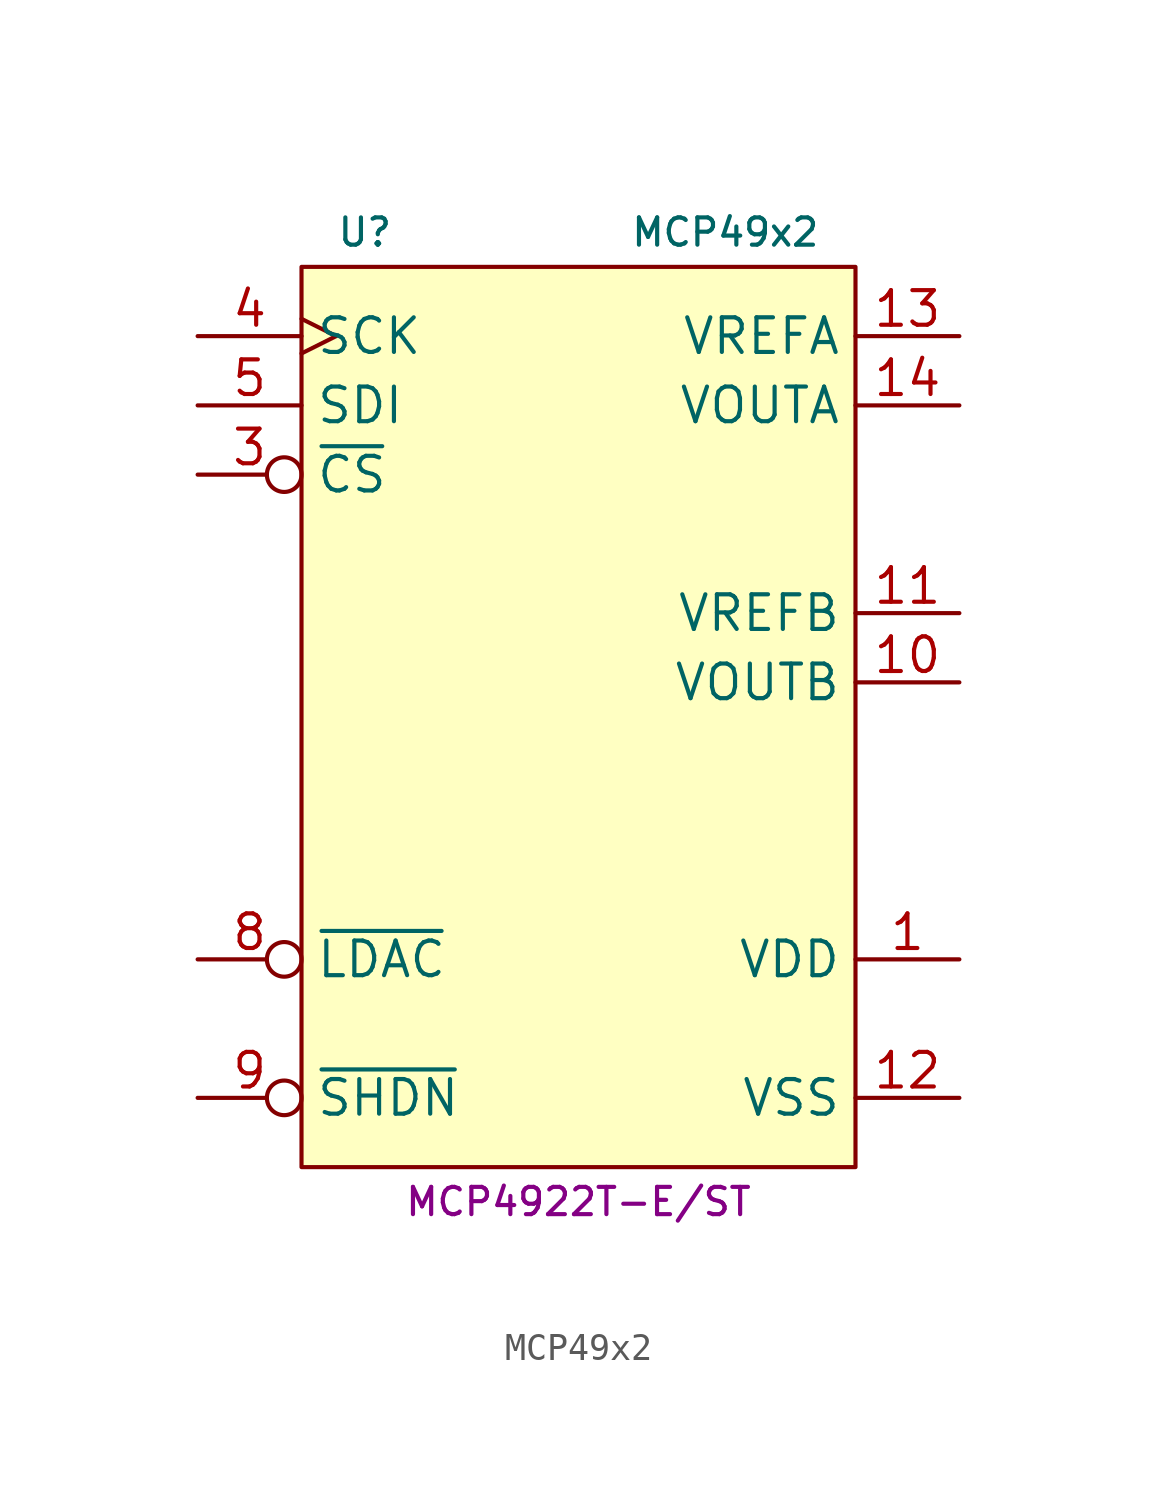
<source format=kicad_sym>
(kicad_symbol_lib
  (version 20231120)
  (generator "kicad_symbol_editor")
  (generator_version "8.0")
  (symbol "MCP49x2"
    (property "Reference" "U"
      (at -8.89 19.05 0)
      (do_not_autoplace)
      (effects (font (size 1 1)) (justify left)))
    (property "Value" "MCP49x2"
      (at 8.89 19.05 0)
      (do_not_autoplace)
      (effects (font (size 1 1)) (justify right)))
    (property "MPN" "MCP4922T-E/ST"
      (at 0 -16.51 0)
      (do_not_autoplace)
      (effects (font (size 1 1))))
    (symbol "MCP49x2_0_1"
      (rectangle (start -10.16 17.78) (end 10.16 -15.24) (stroke (width 0.152) (type default)) (fill (type background))))
    (symbol "MCP49x2_1_1"
      (pin power_in line (at 13.97 -7.62 180) (length 3.81) (name "VDD" (effects (font (size 1.27 1.27)))) (number "1" (effects (font (size 1.27 1.27)))))
      (pin output line (at 13.97 2.54 180) (length 3.81) (name "VOUTB" (effects (font (size 1.27 1.27)))) (number "10" (effects (font (size 1.27 1.27)))))
      (pin input line (at 13.97 5.08 180) (length 3.81) (name "VREFB" (effects (font (size 1.27 1.27)))) (number "11" (effects (font (size 1.27 1.27)))))
      (pin power_in line (at 13.97 -12.7 180) (length 3.81) (name "VSS" (effects (font (size 1.27 1.27)))) (number "12" (effects (font (size 1.27 1.27)))))
      (pin input line (at 13.97 15.24 180) (length 3.81) (name "VREFA" (effects (font (size 1.27 1.27)))) (number "13" (effects (font (size 1.27 1.27)))))
      (pin output line (at 13.97 12.7 180) (length 3.81) (name "VOUTA" (effects (font (size 1.27 1.27)))) (number "14" (effects (font (size 1.27 1.27)))))
      (pin input inverted (at -13.97 10.16 0) (length 3.81) (name "~{CS}" (effects (font (size 1.27 1.27)))) (number "3" (effects (font (size 1.27 1.27)))))
      (pin input clock (at -13.97 15.24 0) (length 3.81) (name "SCK" (effects (font (size 1.27 1.27)))) (number "4" (effects (font (size 1.27 1.27)))))
      (pin input line (at -13.97 12.7 0) (length 3.81) (name "SDI" (effects (font (size 1.27 1.27)))) (number "5" (effects (font (size 1.27 1.27)))))
      (pin input inverted (at -13.97 -7.62 0) (length 3.81) (name "~{LDAC}" (effects (font (size 1.27 1.27)))) (number "8" (effects (font (size 1.27 1.27)))))
      (pin input inverted (at -13.97 -12.7 0) (length 3.81) (name "~{SHDN}" (effects (font (size 1.27 1.27)))) (number "9" (effects (font (size 1.27 1.27))))))))
</source>
